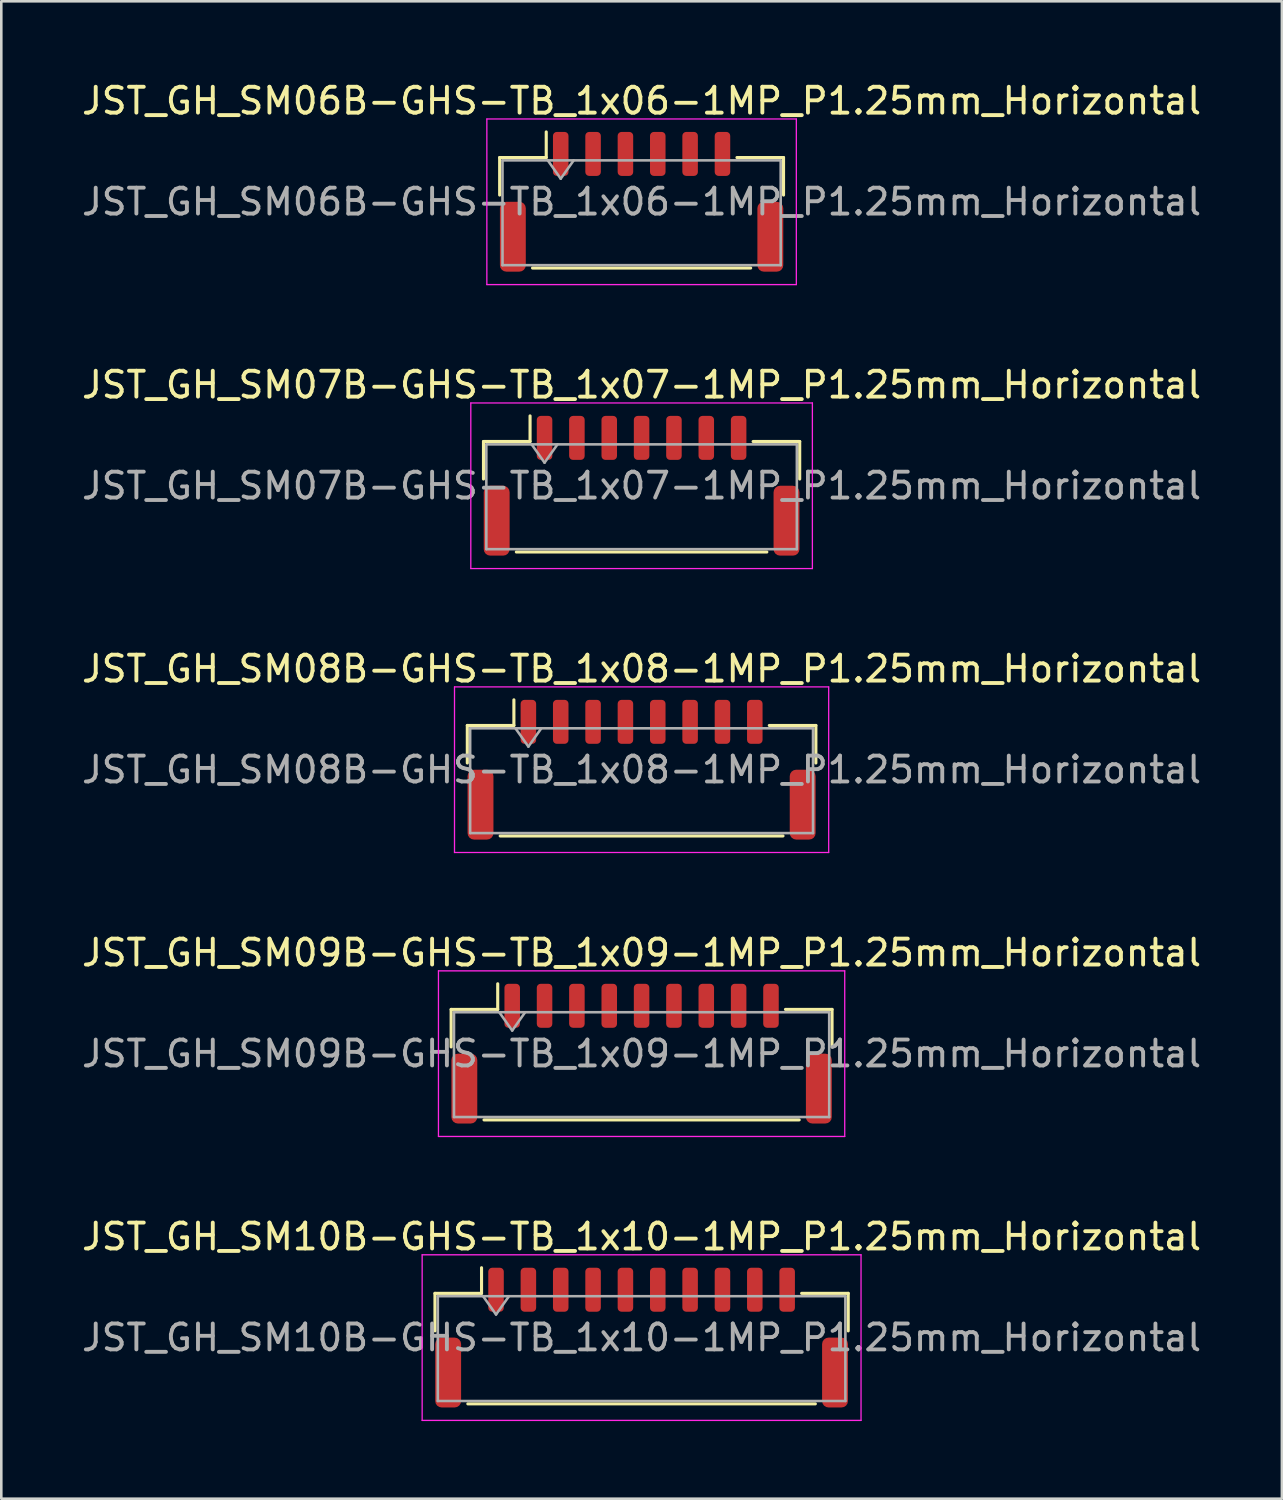
<source format=kicad_pcb>
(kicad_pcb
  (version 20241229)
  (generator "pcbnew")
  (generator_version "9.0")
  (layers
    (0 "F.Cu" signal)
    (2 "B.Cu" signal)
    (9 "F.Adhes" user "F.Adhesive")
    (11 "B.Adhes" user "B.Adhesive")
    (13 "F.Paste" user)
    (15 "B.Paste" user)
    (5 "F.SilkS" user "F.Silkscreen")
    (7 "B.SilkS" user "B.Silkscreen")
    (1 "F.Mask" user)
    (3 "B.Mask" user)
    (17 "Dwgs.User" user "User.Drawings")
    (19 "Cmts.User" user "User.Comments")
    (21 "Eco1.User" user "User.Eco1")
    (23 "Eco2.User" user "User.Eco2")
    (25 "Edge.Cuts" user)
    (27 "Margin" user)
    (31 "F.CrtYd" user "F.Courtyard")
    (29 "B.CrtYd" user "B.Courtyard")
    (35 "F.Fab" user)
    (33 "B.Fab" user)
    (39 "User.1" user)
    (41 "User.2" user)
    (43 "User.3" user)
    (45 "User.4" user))
  (footprint "JST_GH_SM07B-GHS-TB_1x07-1MP_P1.25mm_Horizontal"
    (layer "F.Cu")
    (at 21.744 15.722)
    (property "Reference" "JST_GH_SM07B-GHS-TB_1x07-1MP_P1.25mm_Horizontal" (at 0 -3.9 0) (layer "F.SilkS") (effects (font (size 1 1) (thickness 0.15))))
    (attr smd)
    (fp_line (start -6.11 -1.71) (end -4.31 -1.71) (stroke (width 0.12) (type solid)) (layer "F.SilkS"))
    (fp_line (start -6.11 -0.26) (end -6.11 -1.71) (stroke (width 0.12) (type solid)) (layer "F.SilkS"))
    (fp_line (start -4.84 2.56) (end 4.84 2.56) (stroke (width 0.12) (type solid)) (layer "F.SilkS"))
    (fp_line (start -4.31 -1.71) (end -4.31 -2.7) (stroke (width 0.12) (type solid)) (layer "F.SilkS"))
    (fp_line (start 6.11 -1.71) (end 4.31 -1.71) (stroke (width 0.12) (type solid)) (layer "F.SilkS"))
    (fp_line (start 6.11 -0.26) (end 6.11 -1.71) (stroke (width 0.12) (type solid)) (layer "F.SilkS"))
    (fp_line (start -6.6 -3.2) (end -6.6 3.2) (stroke (width 0.05) (type solid)) (layer "F.CrtYd"))
    (fp_line (start -6.6 3.2) (end 6.6 3.2) (stroke (width 0.05) (type solid)) (layer "F.CrtYd"))
    (fp_line (start 6.6 -3.2) (end -6.6 -3.2) (stroke (width 0.05) (type solid)) (layer "F.CrtYd"))
    (fp_line (start 6.6 3.2) (end 6.6 -3.2) (stroke (width 0.05) (type solid)) (layer "F.CrtYd"))
    (fp_line (start -6 -1.6) (end -6 2.45) (stroke (width 0.1) (type solid)) (layer "F.Fab"))
    (fp_line (start -6 -1.6) (end 6 -1.6) (stroke (width 0.1) (type solid)) (layer "F.Fab"))
    (fp_line (start -6 2.45) (end 6 2.45) (stroke (width 0.1) (type solid)) (layer "F.Fab"))
    (fp_line (start -4.25 -1.6) (end -3.75 -0.893) (stroke (width 0.1) (type solid)) (layer "F.Fab"))
    (fp_line (start -3.75 -0.893) (end -3.25 -1.6) (stroke (width 0.1) (type solid)) (layer "F.Fab"))
    (fp_line (start 6 -1.6) (end 6 2.45) (stroke (width 0.1) (type solid)) (layer "F.Fab"))
    (fp_text user "${REFERENCE}" (at 0 0 0) (layer "F.Fab") (effects (font (size 1 1) (thickness 0.15))))
    (pad "1" smd roundrect (at -3.75 -1.85) (size 0.6 1.7) (layers "F.Cu" "F.Mask" "F.Paste") (roundrect_rratio 0.25))
    (pad "2" smd roundrect (at -2.5 -1.85) (size 0.6 1.7) (layers "F.Cu" "F.Mask" "F.Paste") (roundrect_rratio 0.25))
    (pad "3" smd roundrect (at -1.25 -1.85) (size 0.6 1.7) (layers "F.Cu" "F.Mask" "F.Paste") (roundrect_rratio 0.25))
    (pad "4" smd roundrect (at 0 -1.85) (size 0.6 1.7) (layers "F.Cu" "F.Mask" "F.Paste") (roundrect_rratio 0.25))
    (pad "5" smd roundrect (at 1.25 -1.85) (size 0.6 1.7) (layers "F.Cu" "F.Mask" "F.Paste") (roundrect_rratio 0.25))
    (pad "6" smd roundrect (at 2.5 -1.85) (size 0.6 1.7) (layers "F.Cu" "F.Mask" "F.Paste") (roundrect_rratio 0.25))
    (pad "7" smd roundrect (at 3.75 -1.85) (size 0.6 1.7) (layers "F.Cu" "F.Mask" "F.Paste") (roundrect_rratio 0.25))
    (pad "MP" smd roundrect (at -5.6 1.35) (size 1 2.7) (layers "F.Cu" "F.Mask" "F.Paste") (roundrect_rratio 0.25))
    (pad "MP" smd roundrect (at 5.6 1.35) (size 1 2.7) (layers "F.Cu" "F.Mask" "F.Paste") (roundrect_rratio 0.25)))
  (footprint "JST_GH_SM09B-GHS-TB_1x09-1MP_P1.25mm_Horizontal"
    (layer "F.Cu")
    (at 21.744 37.668)
    (property "Reference" "JST_GH_SM09B-GHS-TB_1x09-1MP_P1.25mm_Horizontal" (at 0 -3.9 0) (layer "F.SilkS") (effects (font (size 1 1) (thickness 0.15))))
    (attr smd)
    (fp_line (start -7.36 -1.71) (end -5.56 -1.71) (stroke (width 0.12) (type solid)) (layer "F.SilkS"))
    (fp_line (start -7.36 -0.26) (end -7.36 -1.71) (stroke (width 0.12) (type solid)) (layer "F.SilkS"))
    (fp_line (start -6.09 2.56) (end 6.09 2.56) (stroke (width 0.12) (type solid)) (layer "F.SilkS"))
    (fp_line (start -5.56 -1.71) (end -5.56 -2.7) (stroke (width 0.12) (type solid)) (layer "F.SilkS"))
    (fp_line (start 7.36 -1.71) (end 5.56 -1.71) (stroke (width 0.12) (type solid)) (layer "F.SilkS"))
    (fp_line (start 7.36 -0.26) (end 7.36 -1.71) (stroke (width 0.12) (type solid)) (layer "F.SilkS"))
    (fp_line (start -7.85 -3.2) (end -7.85 3.2) (stroke (width 0.05) (type solid)) (layer "F.CrtYd"))
    (fp_line (start -7.85 3.2) (end 7.85 3.2) (stroke (width 0.05) (type solid)) (layer "F.CrtYd"))
    (fp_line (start 7.85 -3.2) (end -7.85 -3.2) (stroke (width 0.05) (type solid)) (layer "F.CrtYd"))
    (fp_line (start 7.85 3.2) (end 7.85 -3.2) (stroke (width 0.05) (type solid)) (layer "F.CrtYd"))
    (fp_line (start -7.25 -1.6) (end -7.25 2.45) (stroke (width 0.1) (type solid)) (layer "F.Fab"))
    (fp_line (start -7.25 -1.6) (end 7.25 -1.6) (stroke (width 0.1) (type solid)) (layer "F.Fab"))
    (fp_line (start -7.25 2.45) (end 7.25 2.45) (stroke (width 0.1) (type solid)) (layer "F.Fab"))
    (fp_line (start -5.5 -1.6) (end -5 -0.893) (stroke (width 0.1) (type solid)) (layer "F.Fab"))
    (fp_line (start -5 -0.893) (end -4.5 -1.6) (stroke (width 0.1) (type solid)) (layer "F.Fab"))
    (fp_line (start 7.25 -1.6) (end 7.25 2.45) (stroke (width 0.1) (type solid)) (layer "F.Fab"))
    (fp_text user "${REFERENCE}" (at 0 0 0) (layer "F.Fab") (effects (font (size 1 1) (thickness 0.15))))
    (pad "1" smd roundrect (at -5 -1.85) (size 0.6 1.7) (layers "F.Cu" "F.Mask" "F.Paste") (roundrect_rratio 0.25))
    (pad "2" smd roundrect (at -3.75 -1.85) (size 0.6 1.7) (layers "F.Cu" "F.Mask" "F.Paste") (roundrect_rratio 0.25))
    (pad "3" smd roundrect (at -2.5 -1.85) (size 0.6 1.7) (layers "F.Cu" "F.Mask" "F.Paste") (roundrect_rratio 0.25))
    (pad "4" smd roundrect (at -1.25 -1.85) (size 0.6 1.7) (layers "F.Cu" "F.Mask" "F.Paste") (roundrect_rratio 0.25))
    (pad "5" smd roundrect (at 0 -1.85) (size 0.6 1.7) (layers "F.Cu" "F.Mask" "F.Paste") (roundrect_rratio 0.25))
    (pad "6" smd roundrect (at 1.25 -1.85) (size 0.6 1.7) (layers "F.Cu" "F.Mask" "F.Paste") (roundrect_rratio 0.25))
    (pad "7" smd roundrect (at 2.5 -1.85) (size 0.6 1.7) (layers "F.Cu" "F.Mask" "F.Paste") (roundrect_rratio 0.25))
    (pad "8" smd roundrect (at 3.75 -1.85) (size 0.6 1.7) (layers "F.Cu" "F.Mask" "F.Paste") (roundrect_rratio 0.25))
    (pad "9" smd roundrect (at 5 -1.85) (size 0.6 1.7) (layers "F.Cu" "F.Mask" "F.Paste") (roundrect_rratio 0.25))
    (pad "MP" smd roundrect (at -6.85 1.35) (size 1 2.7) (layers "F.Cu" "F.Mask" "F.Paste") (roundrect_rratio 0.25))
    (pad "MP" smd roundrect (at 6.85 1.35) (size 1 2.7) (layers "F.Cu" "F.Mask" "F.Paste") (roundrect_rratio 0.25)))
  (footprint "JST_GH_SM06B-GHS-TB_1x06-1MP_P1.25mm_Horizontal"
    (layer "F.Cu")
    (at 21.744 4.748)
    (property "Reference" "JST_GH_SM06B-GHS-TB_1x06-1MP_P1.25mm_Horizontal" (at 0 -3.9 0) (layer "F.SilkS") (effects (font (size 1 1) (thickness 0.15))))
    (attr smd)
    (fp_line (start -5.485 -1.71) (end -3.685 -1.71) (stroke (width 0.12) (type solid)) (layer "F.SilkS"))
    (fp_line (start -5.485 -0.26) (end -5.485 -1.71) (stroke (width 0.12) (type solid)) (layer "F.SilkS"))
    (fp_line (start -4.215 2.56) (end 4.215 2.56) (stroke (width 0.12) (type solid)) (layer "F.SilkS"))
    (fp_line (start -3.685 -1.71) (end -3.685 -2.7) (stroke (width 0.12) (type solid)) (layer "F.SilkS"))
    (fp_line (start 5.485 -1.71) (end 3.685 -1.71) (stroke (width 0.12) (type solid)) (layer "F.SilkS"))
    (fp_line (start 5.485 -0.26) (end 5.485 -1.71) (stroke (width 0.12) (type solid)) (layer "F.SilkS"))
    (fp_line (start -5.98 -3.2) (end -5.98 3.2) (stroke (width 0.05) (type solid)) (layer "F.CrtYd"))
    (fp_line (start -5.98 3.2) (end 5.98 3.2) (stroke (width 0.05) (type solid)) (layer "F.CrtYd"))
    (fp_line (start 5.98 -3.2) (end -5.98 -3.2) (stroke (width 0.05) (type solid)) (layer "F.CrtYd"))
    (fp_line (start 5.98 3.2) (end 5.98 -3.2) (stroke (width 0.05) (type solid)) (layer "F.CrtYd"))
    (fp_line (start -5.375 -1.6) (end -5.375 2.45) (stroke (width 0.1) (type solid)) (layer "F.Fab"))
    (fp_line (start -5.375 -1.6) (end 5.375 -1.6) (stroke (width 0.1) (type solid)) (layer "F.Fab"))
    (fp_line (start -5.375 2.45) (end 5.375 2.45) (stroke (width 0.1) (type solid)) (layer "F.Fab"))
    (fp_line (start -3.625 -1.6) (end -3.125 -0.893) (stroke (width 0.1) (type solid)) (layer "F.Fab"))
    (fp_line (start -3.125 -0.893) (end -2.625 -1.6) (stroke (width 0.1) (type solid)) (layer "F.Fab"))
    (fp_line (start 5.375 -1.6) (end 5.375 2.45) (stroke (width 0.1) (type solid)) (layer "F.Fab"))
    (fp_text user "${REFERENCE}" (at 0 0 0) (layer "F.Fab") (effects (font (size 1 1) (thickness 0.15))))
    (pad "1" smd roundrect (at -3.125 -1.85) (size 0.6 1.7) (layers "F.Cu" "F.Mask" "F.Paste") (roundrect_rratio 0.25))
    (pad "2" smd roundrect (at -1.875 -1.85) (size 0.6 1.7) (layers "F.Cu" "F.Mask" "F.Paste") (roundrect_rratio 0.25))
    (pad "3" smd roundrect (at -0.625 -1.85) (size 0.6 1.7) (layers "F.Cu" "F.Mask" "F.Paste") (roundrect_rratio 0.25))
    (pad "4" smd roundrect (at 0.625 -1.85) (size 0.6 1.7) (layers "F.Cu" "F.Mask" "F.Paste") (roundrect_rratio 0.25))
    (pad "5" smd roundrect (at 1.875 -1.85) (size 0.6 1.7) (layers "F.Cu" "F.Mask" "F.Paste") (roundrect_rratio 0.25))
    (pad "6" smd roundrect (at 3.125 -1.85) (size 0.6 1.7) (layers "F.Cu" "F.Mask" "F.Paste") (roundrect_rratio 0.25))
    (pad "MP" smd roundrect (at -4.975 1.35) (size 1 2.7) (layers "F.Cu" "F.Mask" "F.Paste") (roundrect_rratio 0.25))
    (pad "MP" smd roundrect (at 4.975 1.35) (size 1 2.7) (layers "F.Cu" "F.Mask" "F.Paste") (roundrect_rratio 0.25)))
  (footprint "JST_GH_SM08B-GHS-TB_1x08-1MP_P1.25mm_Horizontal"
    (layer "F.Cu")
    (at 21.744 26.695)
    (property "Reference" "JST_GH_SM08B-GHS-TB_1x08-1MP_P1.25mm_Horizontal" (at 0 -3.9 0) (layer "F.SilkS") (effects (font (size 1 1) (thickness 0.15))))
    (attr smd)
    (fp_line (start -6.735 -1.71) (end -4.935 -1.71) (stroke (width 0.12) (type solid)) (layer "F.SilkS"))
    (fp_line (start -6.735 -0.26) (end -6.735 -1.71) (stroke (width 0.12) (type solid)) (layer "F.SilkS"))
    (fp_line (start -5.465 2.56) (end 5.465 2.56) (stroke (width 0.12) (type solid)) (layer "F.SilkS"))
    (fp_line (start -4.935 -1.71) (end -4.935 -2.7) (stroke (width 0.12) (type solid)) (layer "F.SilkS"))
    (fp_line (start 6.735 -1.71) (end 4.935 -1.71) (stroke (width 0.12) (type solid)) (layer "F.SilkS"))
    (fp_line (start 6.735 -0.26) (end 6.735 -1.71) (stroke (width 0.12) (type solid)) (layer "F.SilkS"))
    (fp_line (start -7.23 -3.2) (end -7.23 3.2) (stroke (width 0.05) (type solid)) (layer "F.CrtYd"))
    (fp_line (start -7.23 3.2) (end 7.23 3.2) (stroke (width 0.05) (type solid)) (layer "F.CrtYd"))
    (fp_line (start 7.23 -3.2) (end -7.23 -3.2) (stroke (width 0.05) (type solid)) (layer "F.CrtYd"))
    (fp_line (start 7.23 3.2) (end 7.23 -3.2) (stroke (width 0.05) (type solid)) (layer "F.CrtYd"))
    (fp_line (start -6.625 -1.6) (end -6.625 2.45) (stroke (width 0.1) (type solid)) (layer "F.Fab"))
    (fp_line (start -6.625 -1.6) (end 6.625 -1.6) (stroke (width 0.1) (type solid)) (layer "F.Fab"))
    (fp_line (start -6.625 2.45) (end 6.625 2.45) (stroke (width 0.1) (type solid)) (layer "F.Fab"))
    (fp_line (start -4.875 -1.6) (end -4.375 -0.893) (stroke (width 0.1) (type solid)) (layer "F.Fab"))
    (fp_line (start -4.375 -0.893) (end -3.875 -1.6) (stroke (width 0.1) (type solid)) (layer "F.Fab"))
    (fp_line (start 6.625 -1.6) (end 6.625 2.45) (stroke (width 0.1) (type solid)) (layer "F.Fab"))
    (fp_text user "${REFERENCE}" (at 0 0 0) (layer "F.Fab") (effects (font (size 1 1) (thickness 0.15))))
    (pad "1" smd roundrect (at -4.375 -1.85) (size 0.6 1.7) (layers "F.Cu" "F.Mask" "F.Paste") (roundrect_rratio 0.25))
    (pad "2" smd roundrect (at -3.125 -1.85) (size 0.6 1.7) (layers "F.Cu" "F.Mask" "F.Paste") (roundrect_rratio 0.25))
    (pad "3" smd roundrect (at -1.875 -1.85) (size 0.6 1.7) (layers "F.Cu" "F.Mask" "F.Paste") (roundrect_rratio 0.25))
    (pad "4" smd roundrect (at -0.625 -1.85) (size 0.6 1.7) (layers "F.Cu" "F.Mask" "F.Paste") (roundrect_rratio 0.25))
    (pad "5" smd roundrect (at 0.625 -1.85) (size 0.6 1.7) (layers "F.Cu" "F.Mask" "F.Paste") (roundrect_rratio 0.25))
    (pad "6" smd roundrect (at 1.875 -1.85) (size 0.6 1.7) (layers "F.Cu" "F.Mask" "F.Paste") (roundrect_rratio 0.25))
    (pad "7" smd roundrect (at 3.125 -1.85) (size 0.6 1.7) (layers "F.Cu" "F.Mask" "F.Paste") (roundrect_rratio 0.25))
    (pad "8" smd roundrect (at 4.375 -1.85) (size 0.6 1.7) (layers "F.Cu" "F.Mask" "F.Paste") (roundrect_rratio 0.25))
    (pad "MP" smd roundrect (at -6.225 1.35) (size 1 2.7) (layers "F.Cu" "F.Mask" "F.Paste") (roundrect_rratio 0.25))
    (pad "MP" smd roundrect (at 6.225 1.35) (size 1 2.7) (layers "F.Cu" "F.Mask" "F.Paste") (roundrect_rratio 0.25)))
  (footprint "JST_GH_SM10B-GHS-TB_1x10-1MP_P1.25mm_Horizontal"
    (layer "F.Cu")
    (at 21.744 48.641)
    (property "Reference" "JST_GH_SM10B-GHS-TB_1x10-1MP_P1.25mm_Horizontal" (at 0 -3.9 0) (layer "F.SilkS") (effects (font (size 1 1) (thickness 0.15))))
    (attr smd)
    (fp_line (start -7.985 -1.71) (end -6.185 -1.71) (stroke (width 0.12) (type solid)) (layer "F.SilkS"))
    (fp_line (start -7.985 -0.26) (end -7.985 -1.71) (stroke (width 0.12) (type solid)) (layer "F.SilkS"))
    (fp_line (start -6.715 2.56) (end 6.715 2.56) (stroke (width 0.12) (type solid)) (layer "F.SilkS"))
    (fp_line (start -6.185 -1.71) (end -6.185 -2.7) (stroke (width 0.12) (type solid)) (layer "F.SilkS"))
    (fp_line (start 7.985 -1.71) (end 6.185 -1.71) (stroke (width 0.12) (type solid)) (layer "F.SilkS"))
    (fp_line (start 7.985 -0.26) (end 7.985 -1.71) (stroke (width 0.12) (type solid)) (layer "F.SilkS"))
    (fp_line (start -8.48 -3.2) (end -8.48 3.2) (stroke (width 0.05) (type solid)) (layer "F.CrtYd"))
    (fp_line (start -8.48 3.2) (end 8.48 3.2) (stroke (width 0.05) (type solid)) (layer "F.CrtYd"))
    (fp_line (start 8.48 -3.2) (end -8.48 -3.2) (stroke (width 0.05) (type solid)) (layer "F.CrtYd"))
    (fp_line (start 8.48 3.2) (end 8.48 -3.2) (stroke (width 0.05) (type solid)) (layer "F.CrtYd"))
    (fp_line (start -7.875 -1.6) (end -7.875 2.45) (stroke (width 0.1) (type solid)) (layer "F.Fab"))
    (fp_line (start -7.875 -1.6) (end 7.875 -1.6) (stroke (width 0.1) (type solid)) (layer "F.Fab"))
    (fp_line (start -7.875 2.45) (end 7.875 2.45) (stroke (width 0.1) (type solid)) (layer "F.Fab"))
    (fp_line (start -6.125 -1.6) (end -5.625 -0.893) (stroke (width 0.1) (type solid)) (layer "F.Fab"))
    (fp_line (start -5.625 -0.893) (end -5.125 -1.6) (stroke (width 0.1) (type solid)) (layer "F.Fab"))
    (fp_line (start 7.875 -1.6) (end 7.875 2.45) (stroke (width 0.1) (type solid)) (layer "F.Fab"))
    (fp_text user "${REFERENCE}" (at 0 0 0) (layer "F.Fab") (effects (font (size 1 1) (thickness 0.15))))
    (pad "1" smd roundrect (at -5.625 -1.85) (size 0.6 1.7) (layers "F.Cu" "F.Mask" "F.Paste") (roundrect_rratio 0.25))
    (pad "2" smd roundrect (at -4.375 -1.85) (size 0.6 1.7) (layers "F.Cu" "F.Mask" "F.Paste") (roundrect_rratio 0.25))
    (pad "3" smd roundrect (at -3.125 -1.85) (size 0.6 1.7) (layers "F.Cu" "F.Mask" "F.Paste") (roundrect_rratio 0.25))
    (pad "4" smd roundrect (at -1.875 -1.85) (size 0.6 1.7) (layers "F.Cu" "F.Mask" "F.Paste") (roundrect_rratio 0.25))
    (pad "5" smd roundrect (at -0.625 -1.85) (size 0.6 1.7) (layers "F.Cu" "F.Mask" "F.Paste") (roundrect_rratio 0.25))
    (pad "6" smd roundrect (at 0.625 -1.85) (size 0.6 1.7) (layers "F.Cu" "F.Mask" "F.Paste") (roundrect_rratio 0.25))
    (pad "7" smd roundrect (at 1.875 -1.85) (size 0.6 1.7) (layers "F.Cu" "F.Mask" "F.Paste") (roundrect_rratio 0.25))
    (pad "8" smd roundrect (at 3.125 -1.85) (size 0.6 1.7) (layers "F.Cu" "F.Mask" "F.Paste") (roundrect_rratio 0.25))
    (pad "9" smd roundrect (at 4.375 -1.85) (size 0.6 1.7) (layers "F.Cu" "F.Mask" "F.Paste") (roundrect_rratio 0.25))
    (pad "10" smd roundrect (at 5.625 -1.85) (size 0.6 1.7) (layers "F.Cu" "F.Mask" "F.Paste") (roundrect_rratio 0.25))
    (pad "MP" smd roundrect (at -7.475 1.35) (size 1 2.7) (layers "F.Cu" "F.Mask" "F.Paste") (roundrect_rratio 0.25))
    (pad "MP" smd roundrect (at 7.475 1.35) (size 1 2.7) (layers "F.Cu" "F.Mask" "F.Paste") (roundrect_rratio 0.25)))
  (gr_rect
    (start -3 -3)
    (end 46.488 54.866)
    (stroke (width 0.1) (type default))
    (fill no)
    (layer "Edge.Cuts")))
</source>
